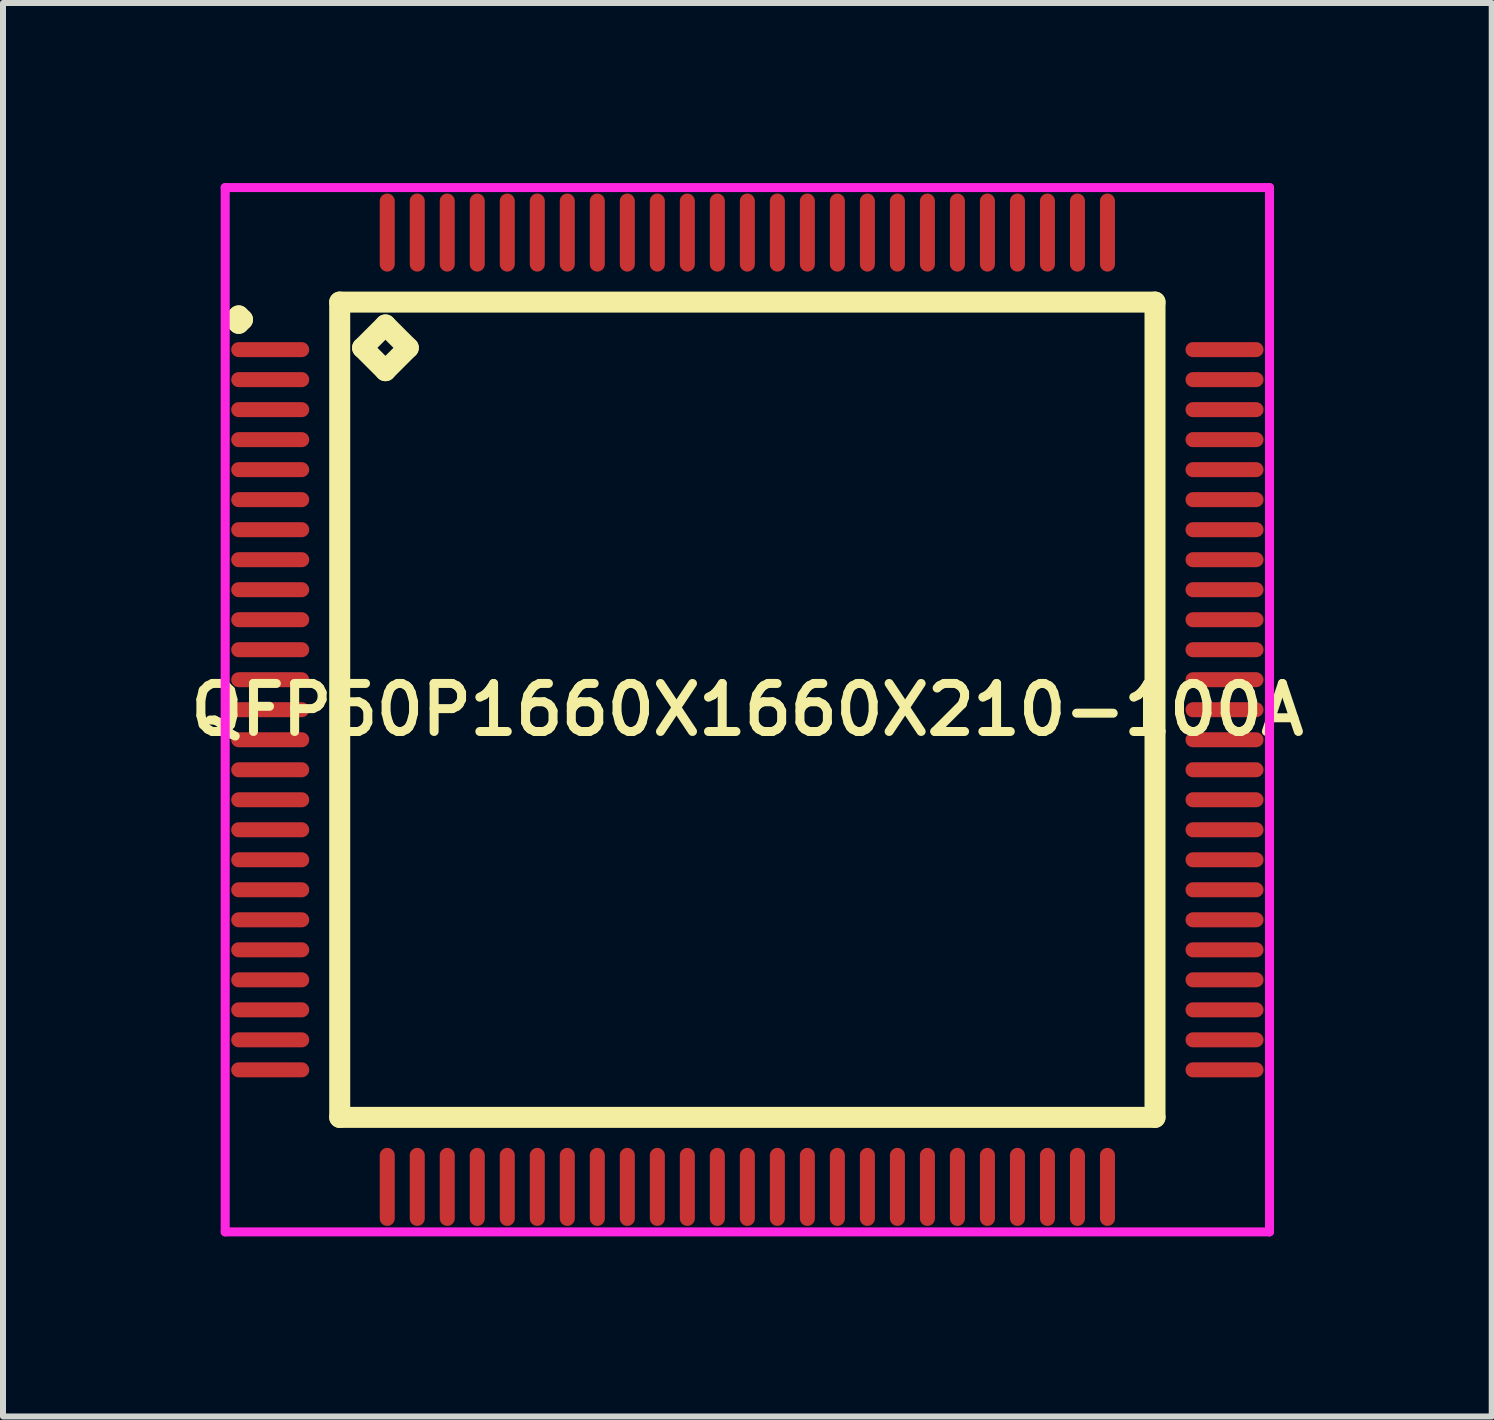
<source format=kicad_pcb>
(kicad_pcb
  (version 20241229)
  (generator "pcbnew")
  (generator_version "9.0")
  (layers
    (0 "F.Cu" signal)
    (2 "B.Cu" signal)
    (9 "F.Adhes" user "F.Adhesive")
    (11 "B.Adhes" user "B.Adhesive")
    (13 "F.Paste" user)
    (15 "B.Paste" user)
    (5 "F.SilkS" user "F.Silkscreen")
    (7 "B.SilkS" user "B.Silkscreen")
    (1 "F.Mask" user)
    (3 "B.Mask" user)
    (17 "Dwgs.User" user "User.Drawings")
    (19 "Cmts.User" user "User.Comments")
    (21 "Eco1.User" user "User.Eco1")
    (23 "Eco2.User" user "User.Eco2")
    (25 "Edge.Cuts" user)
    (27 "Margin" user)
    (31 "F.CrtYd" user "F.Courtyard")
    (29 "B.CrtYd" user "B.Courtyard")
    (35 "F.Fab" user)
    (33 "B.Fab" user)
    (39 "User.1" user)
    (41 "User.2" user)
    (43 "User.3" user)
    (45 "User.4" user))
  (footprint "QFP50P1660X1660X210-100A"
    (layer "F.Cu")
    (at 9.402 8.775)
    (property "Reference" "QFP50P1660X1660X210-100A" (at 0 0 0) (layer "F.SilkS") (effects (font (size 0.8 0.8) (thickness 0.15))))
    (attr smd)
    (fp_line (start -8.537 -6.5) (end -8.475 -6.562) (stroke (width 0.35) (type solid)) (layer "F.SilkS"))
    (fp_line (start -8.475 -6.562) (end -8.412 -6.5) (stroke (width 0.35) (type solid)) (layer "F.SilkS"))
    (fp_line (start -8.475 -6.438) (end -8.537 -6.5) (stroke (width 0.35) (type solid)) (layer "F.SilkS"))
    (fp_line (start -8.412 -6.5) (end -8.475 -6.438) (stroke (width 0.35) (type solid)) (layer "F.SilkS"))
    (fp_line (start -6.792 -6.792) (end -6.792 6.792) (stroke (width 0.35) (type solid)) (layer "F.SilkS"))
    (fp_line (start -6.792 6.792) (end 6.792 6.792) (stroke (width 0.35) (type solid)) (layer "F.SilkS"))
    (fp_line (start -6.411 -6.03) (end -6.03 -6.411) (stroke (width 0.35) (type solid)) (layer "F.SilkS"))
    (fp_line (start -6.03 -6.411) (end -5.649 -6.03) (stroke (width 0.35) (type solid)) (layer "F.SilkS"))
    (fp_line (start -6.03 -5.649) (end -6.411 -6.03) (stroke (width 0.35) (type solid)) (layer "F.SilkS"))
    (fp_line (start -5.649 -6.03) (end -6.03 -5.649) (stroke (width 0.35) (type solid)) (layer "F.SilkS"))
    (fp_line (start 6.792 -6.792) (end -6.792 -6.792) (stroke (width 0.35) (type solid)) (layer "F.SilkS"))
    (fp_line (start 6.792 6.792) (end 6.792 -6.792) (stroke (width 0.35) (type solid)) (layer "F.SilkS"))
    (fp_line (start -8.7 -8.7) (end 8.7 -8.7) (stroke (width 0.15) (type solid)) (layer "F.CrtYd"))
    (fp_line (start -8.7 8.7) (end -8.7 -8.7) (stroke (width 0.15) (type solid)) (layer "F.CrtYd"))
    (fp_line (start 8.7 -8.7) (end 8.7 8.7) (stroke (width 0.15) (type solid)) (layer "F.CrtYd"))
    (fp_line (start 8.7 8.7) (end -8.7 8.7) (stroke (width 0.15) (type solid)) (layer "F.CrtYd"))
    (pad "1" smd oval (at -7.95 -6) (size 1.3 0.25) (layers "F.Cu" "F.Mask" "F.Paste"))
    (pad "2" smd oval (at -7.95 -5.5) (size 1.3 0.25) (layers "F.Cu" "F.Mask" "F.Paste"))
    (pad "3" smd oval (at -7.95 -5) (size 1.3 0.25) (layers "F.Cu" "F.Mask" "F.Paste"))
    (pad "4" smd oval (at -7.95 -4.5) (size 1.3 0.25) (layers "F.Cu" "F.Mask" "F.Paste"))
    (pad "5" smd oval (at -7.95 -4) (size 1.3 0.25) (layers "F.Cu" "F.Mask" "F.Paste"))
    (pad "6" smd oval (at -7.95 -3.5) (size 1.3 0.25) (layers "F.Cu" "F.Mask" "F.Paste"))
    (pad "7" smd oval (at -7.95 -3) (size 1.3 0.25) (layers "F.Cu" "F.Mask" "F.Paste"))
    (pad "8" smd oval (at -7.95 -2.5) (size 1.3 0.25) (layers "F.Cu" "F.Mask" "F.Paste"))
    (pad "9" smd oval (at -7.95 -2) (size 1.3 0.25) (layers "F.Cu" "F.Mask" "F.Paste"))
    (pad "10" smd oval (at -7.95 -1.5) (size 1.3 0.25) (layers "F.Cu" "F.Mask" "F.Paste"))
    (pad "11" smd oval (at -7.95 -1) (size 1.3 0.25) (layers "F.Cu" "F.Mask" "F.Paste"))
    (pad "12" smd oval (at -7.95 -0.5) (size 1.3 0.25) (layers "F.Cu" "F.Mask" "F.Paste"))
    (pad "13" smd oval (at -7.95 0) (size 1.3 0.25) (layers "F.Cu" "F.Mask" "F.Paste"))
    (pad "14" smd oval (at -7.95 0.5) (size 1.3 0.25) (layers "F.Cu" "F.Mask" "F.Paste"))
    (pad "15" smd oval (at -7.95 1) (size 1.3 0.25) (layers "F.Cu" "F.Mask" "F.Paste"))
    (pad "16" smd oval (at -7.95 1.5) (size 1.3 0.25) (layers "F.Cu" "F.Mask" "F.Paste"))
    (pad "17" smd oval (at -7.95 2) (size 1.3 0.25) (layers "F.Cu" "F.Mask" "F.Paste"))
    (pad "18" smd oval (at -7.95 2.5) (size 1.3 0.25) (layers "F.Cu" "F.Mask" "F.Paste"))
    (pad "19" smd oval (at -7.95 3) (size 1.3 0.25) (layers "F.Cu" "F.Mask" "F.Paste"))
    (pad "20" smd oval (at -7.95 3.5) (size 1.3 0.25) (layers "F.Cu" "F.Mask" "F.Paste"))
    (pad "21" smd oval (at -7.95 4) (size 1.3 0.25) (layers "F.Cu" "F.Mask" "F.Paste"))
    (pad "22" smd oval (at -7.95 4.5) (size 1.3 0.25) (layers "F.Cu" "F.Mask" "F.Paste"))
    (pad "23" smd oval (at -7.95 5) (size 1.3 0.25) (layers "F.Cu" "F.Mask" "F.Paste"))
    (pad "24" smd oval (at -7.95 5.5) (size 1.3 0.25) (layers "F.Cu" "F.Mask" "F.Paste"))
    (pad "25" smd oval (at -7.95 6) (size 1.3 0.25) (layers "F.Cu" "F.Mask" "F.Paste"))
    (pad "26" smd oval (at -6 7.95) (size 0.25 1.3) (layers "F.Cu" "F.Mask" "F.Paste"))
    (pad "27" smd oval (at -5.5 7.95) (size 0.25 1.3) (layers "F.Cu" "F.Mask" "F.Paste"))
    (pad "28" smd oval (at -5 7.95) (size 0.25 1.3) (layers "F.Cu" "F.Mask" "F.Paste"))
    (pad "29" smd oval (at -4.5 7.95) (size 0.25 1.3) (layers "F.Cu" "F.Mask" "F.Paste"))
    (pad "30" smd oval (at -4 7.95) (size 0.25 1.3) (layers "F.Cu" "F.Mask" "F.Paste"))
    (pad "31" smd oval (at -3.5 7.95) (size 0.25 1.3) (layers "F.Cu" "F.Mask" "F.Paste"))
    (pad "32" smd oval (at -3 7.95) (size 0.25 1.3) (layers "F.Cu" "F.Mask" "F.Paste"))
    (pad "33" smd oval (at -2.5 7.95) (size 0.25 1.3) (layers "F.Cu" "F.Mask" "F.Paste"))
    (pad "34" smd oval (at -2 7.95) (size 0.25 1.3) (layers "F.Cu" "F.Mask" "F.Paste"))
    (pad "35" smd oval (at -1.5 7.95) (size 0.25 1.3) (layers "F.Cu" "F.Mask" "F.Paste"))
    (pad "36" smd oval (at -1 7.95) (size 0.25 1.3) (layers "F.Cu" "F.Mask" "F.Paste"))
    (pad "37" smd oval (at -0.5 7.95) (size 0.25 1.3) (layers "F.Cu" "F.Mask" "F.Paste"))
    (pad "38" smd oval (at 0 7.95) (size 0.25 1.3) (layers "F.Cu" "F.Mask" "F.Paste"))
    (pad "39" smd oval (at 0.5 7.95) (size 0.25 1.3) (layers "F.Cu" "F.Mask" "F.Paste"))
    (pad "40" smd oval (at 1 7.95) (size 0.25 1.3) (layers "F.Cu" "F.Mask" "F.Paste"))
    (pad "41" smd oval (at 1.5 7.95) (size 0.25 1.3) (layers "F.Cu" "F.Mask" "F.Paste"))
    (pad "42" smd oval (at 2 7.95) (size 0.25 1.3) (layers "F.Cu" "F.Mask" "F.Paste"))
    (pad "43" smd oval (at 2.5 7.95) (size 0.25 1.3) (layers "F.Cu" "F.Mask" "F.Paste"))
    (pad "44" smd oval (at 3 7.95) (size 0.25 1.3) (layers "F.Cu" "F.Mask" "F.Paste"))
    (pad "45" smd oval (at 3.5 7.95) (size 0.25 1.3) (layers "F.Cu" "F.Mask" "F.Paste"))
    (pad "46" smd oval (at 4 7.95) (size 0.25 1.3) (layers "F.Cu" "F.Mask" "F.Paste"))
    (pad "47" smd oval (at 4.5 7.95) (size 0.25 1.3) (layers "F.Cu" "F.Mask" "F.Paste"))
    (pad "48" smd oval (at 5 7.95) (size 0.25 1.3) (layers "F.Cu" "F.Mask" "F.Paste"))
    (pad "49" smd oval (at 5.5 7.95) (size 0.25 1.3) (layers "F.Cu" "F.Mask" "F.Paste"))
    (pad "50" smd oval (at 6 7.95) (size 0.25 1.3) (layers "F.Cu" "F.Mask" "F.Paste"))
    (pad "51" smd oval (at 7.95 6) (size 1.3 0.25) (layers "F.Cu" "F.Mask" "F.Paste"))
    (pad "52" smd oval (at 7.95 5.5) (size 1.3 0.25) (layers "F.Cu" "F.Mask" "F.Paste"))
    (pad "53" smd oval (at 7.95 5) (size 1.3 0.25) (layers "F.Cu" "F.Mask" "F.Paste"))
    (pad "54" smd oval (at 7.95 4.5) (size 1.3 0.25) (layers "F.Cu" "F.Mask" "F.Paste"))
    (pad "55" smd oval (at 7.95 4) (size 1.3 0.25) (layers "F.Cu" "F.Mask" "F.Paste"))
    (pad "56" smd oval (at 7.95 3.5) (size 1.3 0.25) (layers "F.Cu" "F.Mask" "F.Paste"))
    (pad "57" smd oval (at 7.95 3) (size 1.3 0.25) (layers "F.Cu" "F.Mask" "F.Paste"))
    (pad "58" smd oval (at 7.95 2.5) (size 1.3 0.25) (layers "F.Cu" "F.Mask" "F.Paste"))
    (pad "59" smd oval (at 7.95 2) (size 1.3 0.25) (layers "F.Cu" "F.Mask" "F.Paste"))
    (pad "60" smd oval (at 7.95 1.5) (size 1.3 0.25) (layers "F.Cu" "F.Mask" "F.Paste"))
    (pad "61" smd oval (at 7.95 1) (size 1.3 0.25) (layers "F.Cu" "F.Mask" "F.Paste"))
    (pad "62" smd oval (at 7.95 0.5) (size 1.3 0.25) (layers "F.Cu" "F.Mask" "F.Paste"))
    (pad "63" smd oval (at 7.95 0) (size 1.3 0.25) (layers "F.Cu" "F.Mask" "F.Paste"))
    (pad "64" smd oval (at 7.95 -0.5) (size 1.3 0.25) (layers "F.Cu" "F.Mask" "F.Paste"))
    (pad "65" smd oval (at 7.95 -1) (size 1.3 0.25) (layers "F.Cu" "F.Mask" "F.Paste"))
    (pad "66" smd oval (at 7.95 -1.5) (size 1.3 0.25) (layers "F.Cu" "F.Mask" "F.Paste"))
    (pad "67" smd oval (at 7.95 -2) (size 1.3 0.25) (layers "F.Cu" "F.Mask" "F.Paste"))
    (pad "68" smd oval (at 7.95 -2.5) (size 1.3 0.25) (layers "F.Cu" "F.Mask" "F.Paste"))
    (pad "69" smd oval (at 7.95 -3) (size 1.3 0.25) (layers "F.Cu" "F.Mask" "F.Paste"))
    (pad "70" smd oval (at 7.95 -3.5) (size 1.3 0.25) (layers "F.Cu" "F.Mask" "F.Paste"))
    (pad "71" smd oval (at 7.95 -4) (size 1.3 0.25) (layers "F.Cu" "F.Mask" "F.Paste"))
    (pad "72" smd oval (at 7.95 -4.5) (size 1.3 0.25) (layers "F.Cu" "F.Mask" "F.Paste"))
    (pad "73" smd oval (at 7.95 -5) (size 1.3 0.25) (layers "F.Cu" "F.Mask" "F.Paste"))
    (pad "74" smd oval (at 7.95 -5.5) (size 1.3 0.25) (layers "F.Cu" "F.Mask" "F.Paste"))
    (pad "75" smd oval (at 7.95 -6) (size 1.3 0.25) (layers "F.Cu" "F.Mask" "F.Paste"))
    (pad "76" smd oval (at 6 -7.95) (size 0.25 1.3) (layers "F.Cu" "F.Mask" "F.Paste"))
    (pad "77" smd oval (at 5.5 -7.95) (size 0.25 1.3) (layers "F.Cu" "F.Mask" "F.Paste"))
    (pad "78" smd oval (at 5 -7.95) (size 0.25 1.3) (layers "F.Cu" "F.Mask" "F.Paste"))
    (pad "79" smd oval (at 4.5 -7.95) (size 0.25 1.3) (layers "F.Cu" "F.Mask" "F.Paste"))
    (pad "80" smd oval (at 4 -7.95) (size 0.25 1.3) (layers "F.Cu" "F.Mask" "F.Paste"))
    (pad "81" smd oval (at 3.5 -7.95) (size 0.25 1.3) (layers "F.Cu" "F.Mask" "F.Paste"))
    (pad "82" smd oval (at 3 -7.95) (size 0.25 1.3) (layers "F.Cu" "F.Mask" "F.Paste"))
    (pad "83" smd oval (at 2.5 -7.95) (size 0.25 1.3) (layers "F.Cu" "F.Mask" "F.Paste"))
    (pad "84" smd oval (at 2 -7.95) (size 0.25 1.3) (layers "F.Cu" "F.Mask" "F.Paste"))
    (pad "85" smd oval (at 1.5 -7.95) (size 0.25 1.3) (layers "F.Cu" "F.Mask" "F.Paste"))
    (pad "86" smd oval (at 1 -7.95) (size 0.25 1.3) (layers "F.Cu" "F.Mask" "F.Paste"))
    (pad "87" smd oval (at 0.5 -7.95) (size 0.25 1.3) (layers "F.Cu" "F.Mask" "F.Paste"))
    (pad "88" smd oval (at 0 -7.95) (size 0.25 1.3) (layers "F.Cu" "F.Mask" "F.Paste"))
    (pad "89" smd oval (at -0.5 -7.95) (size 0.25 1.3) (layers "F.Cu" "F.Mask" "F.Paste"))
    (pad "90" smd oval (at -1 -7.95) (size 0.25 1.3) (layers "F.Cu" "F.Mask" "F.Paste"))
    (pad "91" smd oval (at -1.5 -7.95) (size 0.25 1.3) (layers "F.Cu" "F.Mask" "F.Paste"))
    (pad "92" smd oval (at -2 -7.95) (size 0.25 1.3) (layers "F.Cu" "F.Mask" "F.Paste"))
    (pad "93" smd oval (at -2.5 -7.95) (size 0.25 1.3) (layers "F.Cu" "F.Mask" "F.Paste"))
    (pad "94" smd oval (at -3 -7.95) (size 0.25 1.3) (layers "F.Cu" "F.Mask" "F.Paste"))
    (pad "95" smd oval (at -3.5 -7.95) (size 0.25 1.3) (layers "F.Cu" "F.Mask" "F.Paste"))
    (pad "96" smd oval (at -4 -7.95) (size 0.25 1.3) (layers "F.Cu" "F.Mask" "F.Paste"))
    (pad "97" smd oval (at -4.5 -7.95) (size 0.25 1.3) (layers "F.Cu" "F.Mask" "F.Paste"))
    (pad "98" smd oval (at -5 -7.95) (size 0.25 1.3) (layers "F.Cu" "F.Mask" "F.Paste"))
    (pad "99" smd oval (at -5.5 -7.95) (size 0.25 1.3) (layers "F.Cu" "F.Mask" "F.Paste"))
    (pad "100" smd oval (at -6 -7.95) (size 0.25 1.3) (layers "F.Cu" "F.Mask" "F.Paste")))
  (gr_rect
    (start -3 -3)
    (end 21.804 20.55)
    (stroke (width 0.1) (type default))
    (fill no)
    (layer "Edge.Cuts")))
</source>
